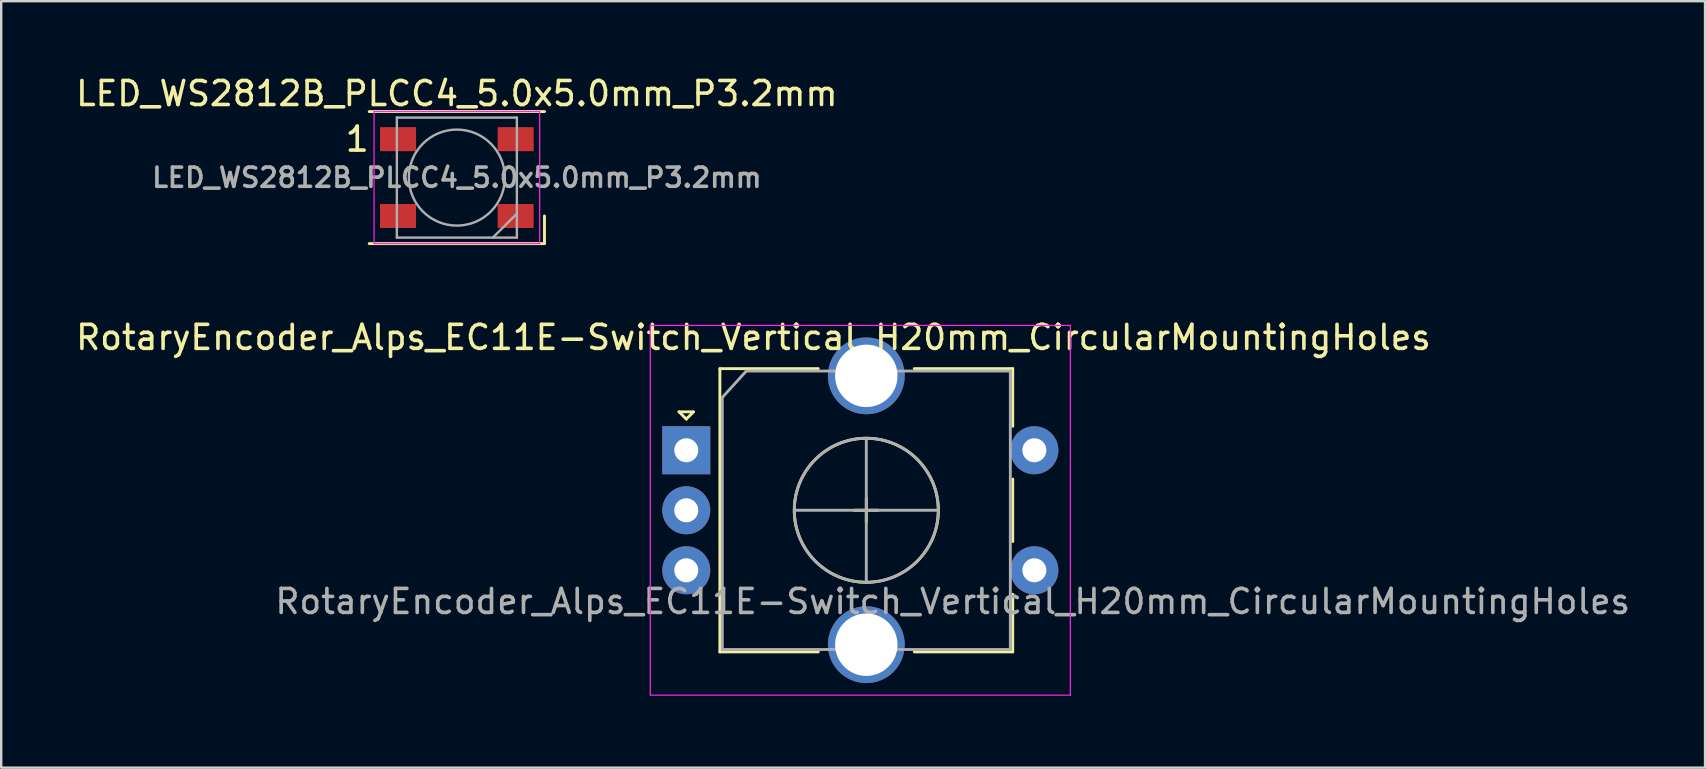
<source format=kicad_pcb>
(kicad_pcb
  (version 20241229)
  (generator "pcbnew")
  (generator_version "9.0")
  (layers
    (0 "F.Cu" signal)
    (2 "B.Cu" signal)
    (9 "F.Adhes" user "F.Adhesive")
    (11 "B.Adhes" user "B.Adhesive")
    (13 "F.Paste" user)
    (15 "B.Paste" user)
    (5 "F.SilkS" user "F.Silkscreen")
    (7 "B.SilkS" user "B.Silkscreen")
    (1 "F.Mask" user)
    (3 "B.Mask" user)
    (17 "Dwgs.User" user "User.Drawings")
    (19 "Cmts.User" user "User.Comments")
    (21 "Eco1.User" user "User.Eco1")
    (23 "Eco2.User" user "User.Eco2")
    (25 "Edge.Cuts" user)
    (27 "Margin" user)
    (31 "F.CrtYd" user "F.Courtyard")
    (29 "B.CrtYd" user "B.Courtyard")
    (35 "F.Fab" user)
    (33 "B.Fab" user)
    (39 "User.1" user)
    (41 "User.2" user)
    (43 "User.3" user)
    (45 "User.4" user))
  (footprint "LED_WS2812B_PLCC4_5.0x5.0mm_P3.2mm"
    (layer "F.Cu")
    (at 15.982 4.348)
    (property "Reference" "LED_WS2812B_PLCC4_5.0x5.0mm_P3.2mm" (at 0 -3.5 180) (layer "F.SilkS") (effects (font (size 1 1) (thickness 0.15))))
    (attr smd)
    (fp_line (start -3.65 -2.75) (end 3.65 -2.75) (stroke (width 0.12) (type solid)) (layer "F.SilkS"))
    (fp_line (start -3.65 2.75) (end 3.65 2.75) (stroke (width 0.12) (type solid)) (layer "F.SilkS"))
    (fp_line (start 3.65 2.75) (end 3.65 1.6) (stroke (width 0.12) (type solid)) (layer "F.SilkS"))
    (fp_line (start -3.45 -2.75) (end -3.45 2.75) (stroke (width 0.05) (type solid)) (layer "F.CrtYd"))
    (fp_line (start -3.45 2.75) (end 3.45 2.75) (stroke (width 0.05) (type solid)) (layer "F.CrtYd"))
    (fp_line (start 3.45 -2.75) (end -3.45 -2.75) (stroke (width 0.05) (type solid)) (layer "F.CrtYd"))
    (fp_line (start 3.45 2.75) (end 3.45 -2.75) (stroke (width 0.05) (type solid)) (layer "F.CrtYd"))
    (fp_line (start -2.5 -2.5) (end -2.5 2.5) (stroke (width 0.1) (type solid)) (layer "F.Fab"))
    (fp_line (start -2.5 2.5) (end 2.5 2.5) (stroke (width 0.1) (type solid)) (layer "F.Fab"))
    (fp_line (start 2.5 -2.5) (end -2.5 -2.5) (stroke (width 0.1) (type solid)) (layer "F.Fab"))
    (fp_line (start 2.5 1.5) (end 1.5 2.5) (stroke (width 0.1) (type solid)) (layer "F.Fab"))
    (fp_line (start 2.5 2.5) (end 2.5 -2.5) (stroke (width 0.1) (type solid)) (layer "F.Fab"))
    (fp_circle (center 0 0) (end 0 -2) (stroke (width 0.1) (type solid)) (fill no) (layer "F.Fab"))
    (fp_text user "1" (at -4.15 -1.6 180) (layer "F.SilkS") (effects (font (size 1 1) (thickness 0.15))))
    (fp_text user "${REFERENCE}" (at 0 0 180) (layer "F.Fab") (effects (font (size 0.8 0.8) (thickness 0.15))))
    (pad "1" smd rect (at -2.45 -1.6) (size 1.5 1) (layers "F.Cu" "F.Mask" "F.Paste"))
    (pad "2" smd rect (at -2.45 1.6) (size 1.5 1) (layers "F.Cu" "F.Mask" "F.Paste"))
    (pad "3" smd rect (at 2.45 1.6) (size 1.5 1) (layers "F.Cu" "F.Mask" "F.Paste"))
    (pad "4" smd rect (at 2.45 -1.6) (size 1.5 1) (layers "F.Cu" "F.Mask" "F.Paste")))
  (footprint "RotaryEncoder_Alps_EC11E-Switch_Vertical_H20mm_CircularMountingHoles"
    (layer "F.Cu")
    (at 25.539 15.707)
    (property "Reference" "RotaryEncoder_Alps_EC11E-Switch_Vertical_H20mm_CircularMountingHoles" (at 2.8 -4.7 180) (layer "F.SilkS") (effects (font (size 1 1) (thickness 0.15))))
    (attr through_hole)
    (fp_line (start -0.3 -1.6) (end 0.3 -1.6) (stroke (width 0.12) (type solid)) (layer "F.SilkS"))
    (fp_line (start 0 -1.3) (end -0.3 -1.6) (stroke (width 0.12) (type solid)) (layer "F.SilkS"))
    (fp_line (start 0.3 -1.6) (end 0 -1.3) (stroke (width 0.12) (type solid)) (layer "F.SilkS"))
    (fp_line (start 1.4 -3.4) (end 1.4 8.4) (stroke (width 0.12) (type solid)) (layer "F.SilkS"))
    (fp_line (start 5.5 -3.4) (end 1.4 -3.4) (stroke (width 0.12) (type solid)) (layer "F.SilkS"))
    (fp_line (start 5.5 8.4) (end 1.4 8.4) (stroke (width 0.12) (type solid)) (layer "F.SilkS"))
    (fp_line (start 7 2.5) (end 8 2.5) (stroke (width 0.12) (type solid)) (layer "F.SilkS"))
    (fp_line (start 7.5 2) (end 7.5 3) (stroke (width 0.12) (type solid)) (layer "F.SilkS"))
    (fp_line (start 9.5 -3.4) (end 13.6 -3.4) (stroke (width 0.12) (type solid)) (layer "F.SilkS"))
    (fp_line (start 13.6 -3.4) (end 13.6 -1) (stroke (width 0.12) (type solid)) (layer "F.SilkS"))
    (fp_line (start 13.6 1.2) (end 13.6 3.8) (stroke (width 0.12) (type solid)) (layer "F.SilkS"))
    (fp_line (start 13.6 6) (end 13.6 8.4) (stroke (width 0.12) (type solid)) (layer "F.SilkS"))
    (fp_line (start 13.6 8.4) (end 9.5 8.4) (stroke (width 0.12) (type solid)) (layer "F.SilkS"))
    (fp_circle (center 7.5 2.5) (end 10.5 2.5) (stroke (width 0.12) (type solid)) (fill no) (layer "F.SilkS"))
    (fp_line (start -1.5 -5.2) (end -1.5 10.2) (stroke (width 0.05) (type solid)) (layer "F.CrtYd"))
    (fp_line (start -1.5 -5.2) (end 16 -5.2) (stroke (width 0.05) (type solid)) (layer "F.CrtYd"))
    (fp_line (start 16 10.2) (end -1.5 10.2) (stroke (width 0.05) (type solid)) (layer "F.CrtYd"))
    (fp_line (start 16 10.2) (end 16 -5.2) (stroke (width 0.05) (type solid)) (layer "F.CrtYd"))
    (fp_line (start 1.5 -2.2) (end 2.5 -3.3) (stroke (width 0.12) (type solid)) (layer "F.Fab"))
    (fp_line (start 1.5 8.3) (end 1.5 -2.2) (stroke (width 0.12) (type solid)) (layer "F.Fab"))
    (fp_line (start 2.5 -3.3) (end 13.5 -3.3) (stroke (width 0.12) (type solid)) (layer "F.Fab"))
    (fp_line (start 4.5 2.5) (end 10.5 2.5) (stroke (width 0.12) (type solid)) (layer "F.Fab"))
    (fp_line (start 7.5 -0.5) (end 7.5 5.5) (stroke (width 0.12) (type solid)) (layer "F.Fab"))
    (fp_line (start 13.5 -3.3) (end 13.5 8.3) (stroke (width 0.12) (type solid)) (layer "F.Fab"))
    (fp_line (start 13.5 8.3) (end 1.5 8.3) (stroke (width 0.12) (type solid)) (layer "F.Fab"))
    (fp_circle (center 7.5 2.5) (end 10.5 2.5) (stroke (width 0.12) (type solid)) (fill no) (layer "F.Fab"))
    (fp_text user "${REFERENCE}" (at 11.1 6.3 180) (layer "F.Fab") (effects (font (size 1 1) (thickness 0.15))))
    (pad "A" thru_hole rect (at 0 0) (size 2 2) (drill 1) (layers "*.Cu" "*.Mask"))
    (pad "B" thru_hole circle (at 0 5) (size 2 2) (drill 1) (layers "*.Cu" "*.Mask"))
    (pad "C" thru_hole circle (at 0 2.5) (size 2 2) (drill 1) (layers "*.Cu" "*.Mask"))
    (pad "MP" thru_hole circle (at 7.5 -3.1) (size 3.2 3.2) (drill 2.6) (layers "*.Cu" "*.Mask"))
    (pad "MP" thru_hole circle (at 7.5 8.1) (size 3.2 3.2) (drill 2.6) (layers "*.Cu" "*.Mask"))
    (pad "S1" thru_hole circle (at 14.5 5) (size 2 2) (drill 1) (layers "*.Cu" "*.Mask"))
    (pad "S2" thru_hole circle (at 14.5 0) (size 2 2) (drill 1) (layers "*.Cu" "*.Mask")))
  (gr_rect
    (start -3 -3)
    (end 67.979 28.931)
    (stroke (width 0.1) (type default))
    (fill no)
    (layer "Edge.Cuts")))
</source>
